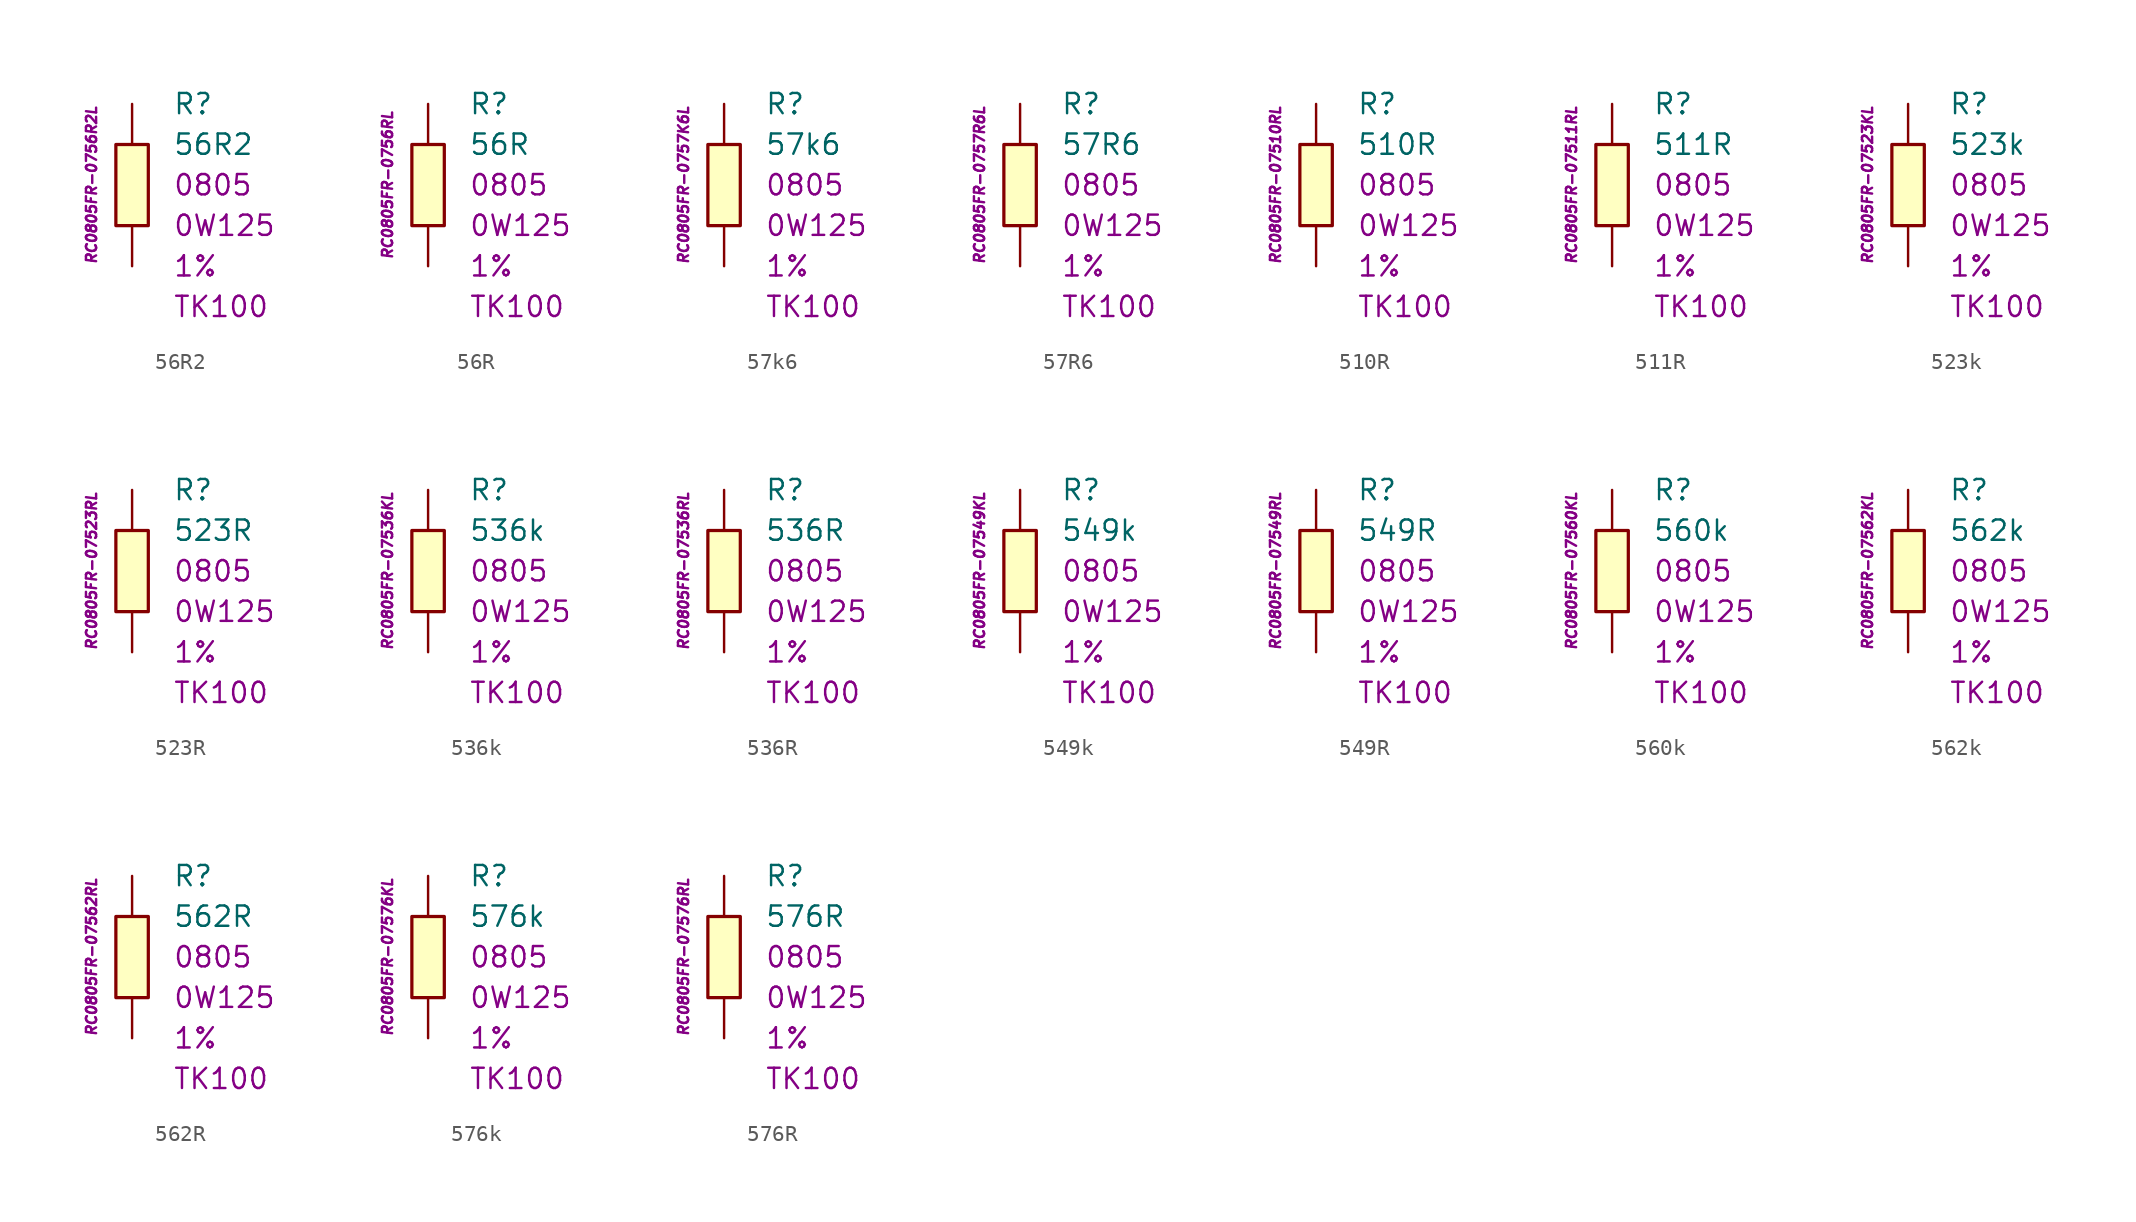
<source format=kicad_sym>
(kicad_symbol_lib
  (version 20201005)
  (generator kicad_symbol_editor)
  (symbol "56R2"
    (pin_numbers hide)
    (pin_names
      (offset 1.016) hide)
    (property "Reference" "R"
      (at 2.54 5.08 0)
      (effects (font (size 1.27 1.27)) (justify left)))
    (property "Value" "56R2"
      (at 2.54 2.54 0)
      (effects (font (size 1.27 1.27)) (justify left)))
    (property "Package" "0805"
      (at 2.54 0 0)
      (effects (font (size 1.27 1.27)) (justify left)))
    (property "Power" "0W125"
      (at 2.54 -2.54 0)
      (effects (font (size 1.27 1.27)) (justify left)))
    (property "Tolerance" "1%"
      (at 2.54 -5.08 0)
      (effects (font (size 1.27 1.27)) (justify left)))
    (property "TK" "TK100"
      (at 2.54 -7.62 0)
      (effects (font (size 1.27 1.27)) (justify left)))
    (property "ID" "RC0805FR-0756R2L"
      (at -2.54 0 90)
      (effects (font (size 0.635 0.635) italic)))
    (symbol "56R2_0_1"
      (rectangle (start -1.016 2.54) (end 1.016 -2.54) (stroke (width 0.203)) (fill (type background))))
    (symbol "56R2_1_1"
      (pin passive line (at 0 5.08 270) (length 2.54) (name "~" (effects (font (size 1.778 1.778)))) (number "1" (effects (font (size 1.778 1.778)))))
      (pin passive line (at 0 -5.08 90) (length 2.54) (name "~" (effects (font (size 1.778 1.778)))) (number "2" (effects (font (size 1.778 1.778)))))))
  (symbol "56R"
    (pin_numbers hide)
    (pin_names
      (offset 1.016) hide)
    (property "Reference" "R"
      (at 2.54 5.08 0)
      (effects (font (size 1.27 1.27)) (justify left)))
    (property "Value" "56R"
      (at 2.54 2.54 0)
      (effects (font (size 1.27 1.27)) (justify left)))
    (property "Package" "0805"
      (at 2.54 0 0)
      (effects (font (size 1.27 1.27)) (justify left)))
    (property "Power" "0W125"
      (at 2.54 -2.54 0)
      (effects (font (size 1.27 1.27)) (justify left)))
    (property "Tolerance" "1%"
      (at 2.54 -5.08 0)
      (effects (font (size 1.27 1.27)) (justify left)))
    (property "TK" "TK100"
      (at 2.54 -7.62 0)
      (effects (font (size 1.27 1.27)) (justify left)))
    (property "ID" "RC0805FR-0756RL"
      (at -2.54 0 90)
      (effects (font (size 0.635 0.635) italic)))
    (symbol "56R_0_1"
      (rectangle (start -1.016 2.54) (end 1.016 -2.54) (stroke (width 0.203)) (fill (type background))))
    (symbol "56R_1_1"
      (pin passive line (at 0 5.08 270) (length 2.54) (name "~" (effects (font (size 1.778 1.778)))) (number "1" (effects (font (size 1.778 1.778)))))
      (pin passive line (at 0 -5.08 90) (length 2.54) (name "~" (effects (font (size 1.778 1.778)))) (number "2" (effects (font (size 1.778 1.778)))))))
  (symbol "57k6"
    (pin_numbers hide)
    (pin_names
      (offset 1.016) hide)
    (property "Reference" "R"
      (at 2.54 5.08 0)
      (effects (font (size 1.27 1.27)) (justify left)))
    (property "Value" "57k6"
      (at 2.54 2.54 0)
      (effects (font (size 1.27 1.27)) (justify left)))
    (property "Package" "0805"
      (at 2.54 0 0)
      (effects (font (size 1.27 1.27)) (justify left)))
    (property "Power" "0W125"
      (at 2.54 -2.54 0)
      (effects (font (size 1.27 1.27)) (justify left)))
    (property "Tolerance" "1%"
      (at 2.54 -5.08 0)
      (effects (font (size 1.27 1.27)) (justify left)))
    (property "TK" "TK100"
      (at 2.54 -7.62 0)
      (effects (font (size 1.27 1.27)) (justify left)))
    (property "ID" "RC0805FR-0757K6L"
      (at -2.54 0 90)
      (effects (font (size 0.635 0.635) italic)))
    (symbol "57k6_0_1"
      (rectangle (start -1.016 2.54) (end 1.016 -2.54) (stroke (width 0.203)) (fill (type background))))
    (symbol "57k6_1_1"
      (pin passive line (at 0 5.08 270) (length 2.54) (name "~" (effects (font (size 1.778 1.778)))) (number "1" (effects (font (size 1.778 1.778)))))
      (pin passive line (at 0 -5.08 90) (length 2.54) (name "~" (effects (font (size 1.778 1.778)))) (number "2" (effects (font (size 1.778 1.778)))))))
  (symbol "57R6"
    (pin_numbers hide)
    (pin_names
      (offset 1.016) hide)
    (property "Reference" "R"
      (at 2.54 5.08 0)
      (effects (font (size 1.27 1.27)) (justify left)))
    (property "Value" "57R6"
      (at 2.54 2.54 0)
      (effects (font (size 1.27 1.27)) (justify left)))
    (property "Package" "0805"
      (at 2.54 0 0)
      (effects (font (size 1.27 1.27)) (justify left)))
    (property "Power" "0W125"
      (at 2.54 -2.54 0)
      (effects (font (size 1.27 1.27)) (justify left)))
    (property "Tolerance" "1%"
      (at 2.54 -5.08 0)
      (effects (font (size 1.27 1.27)) (justify left)))
    (property "TK" "TK100"
      (at 2.54 -7.62 0)
      (effects (font (size 1.27 1.27)) (justify left)))
    (property "ID" "RC0805FR-0757R6L"
      (at -2.54 0 90)
      (effects (font (size 0.635 0.635) italic)))
    (symbol "57R6_0_1"
      (rectangle (start -1.016 2.54) (end 1.016 -2.54) (stroke (width 0.203)) (fill (type background))))
    (symbol "57R6_1_1"
      (pin passive line (at 0 5.08 270) (length 2.54) (name "~" (effects (font (size 1.778 1.778)))) (number "1" (effects (font (size 1.778 1.778)))))
      (pin passive line (at 0 -5.08 90) (length 2.54) (name "~" (effects (font (size 1.778 1.778)))) (number "2" (effects (font (size 1.778 1.778)))))))
  (symbol "510R"
    (pin_numbers hide)
    (pin_names
      (offset 1.016) hide)
    (property "Reference" "R"
      (at 2.54 5.08 0)
      (effects (font (size 1.27 1.27)) (justify left)))
    (property "Value" "510R"
      (at 2.54 2.54 0)
      (effects (font (size 1.27 1.27)) (justify left)))
    (property "Package" "0805"
      (at 2.54 0 0)
      (effects (font (size 1.27 1.27)) (justify left)))
    (property "Power" "0W125"
      (at 2.54 -2.54 0)
      (effects (font (size 1.27 1.27)) (justify left)))
    (property "Tolerance" "1%"
      (at 2.54 -5.08 0)
      (effects (font (size 1.27 1.27)) (justify left)))
    (property "TK" "TK100"
      (at 2.54 -7.62 0)
      (effects (font (size 1.27 1.27)) (justify left)))
    (property "ID" "RC0805FR-07510RL"
      (at -2.54 0 90)
      (effects (font (size 0.635 0.635) italic)))
    (symbol "510R_0_1"
      (rectangle (start -1.016 2.54) (end 1.016 -2.54) (stroke (width 0.203)) (fill (type background))))
    (symbol "510R_1_1"
      (pin passive line (at 0 5.08 270) (length 2.54) (name "~" (effects (font (size 1.778 1.778)))) (number "1" (effects (font (size 1.778 1.778)))))
      (pin passive line (at 0 -5.08 90) (length 2.54) (name "~" (effects (font (size 1.778 1.778)))) (number "2" (effects (font (size 1.778 1.778)))))))
  (symbol "511R"
    (pin_numbers hide)
    (pin_names
      (offset 1.016) hide)
    (property "Reference" "R"
      (at 2.54 5.08 0)
      (effects (font (size 1.27 1.27)) (justify left)))
    (property "Value" "511R"
      (at 2.54 2.54 0)
      (effects (font (size 1.27 1.27)) (justify left)))
    (property "Package" "0805"
      (at 2.54 0 0)
      (effects (font (size 1.27 1.27)) (justify left)))
    (property "Power" "0W125"
      (at 2.54 -2.54 0)
      (effects (font (size 1.27 1.27)) (justify left)))
    (property "Tolerance" "1%"
      (at 2.54 -5.08 0)
      (effects (font (size 1.27 1.27)) (justify left)))
    (property "TK" "TK100"
      (at 2.54 -7.62 0)
      (effects (font (size 1.27 1.27)) (justify left)))
    (property "ID" "RC0805FR-07511RL"
      (at -2.54 0 90)
      (effects (font (size 0.635 0.635) italic)))
    (symbol "511R_0_1"
      (rectangle (start -1.016 2.54) (end 1.016 -2.54) (stroke (width 0.203)) (fill (type background))))
    (symbol "511R_1_1"
      (pin passive line (at 0 5.08 270) (length 2.54) (name "~" (effects (font (size 1.778 1.778)))) (number "1" (effects (font (size 1.778 1.778)))))
      (pin passive line (at 0 -5.08 90) (length 2.54) (name "~" (effects (font (size 1.778 1.778)))) (number "2" (effects (font (size 1.778 1.778)))))))
  (symbol "523k"
    (pin_numbers hide)
    (pin_names
      (offset 1.016) hide)
    (property "Reference" "R"
      (at 2.54 5.08 0)
      (effects (font (size 1.27 1.27)) (justify left)))
    (property "Value" "523k"
      (at 2.54 2.54 0)
      (effects (font (size 1.27 1.27)) (justify left)))
    (property "Package" "0805"
      (at 2.54 0 0)
      (effects (font (size 1.27 1.27)) (justify left)))
    (property "Power" "0W125"
      (at 2.54 -2.54 0)
      (effects (font (size 1.27 1.27)) (justify left)))
    (property "Tolerance" "1%"
      (at 2.54 -5.08 0)
      (effects (font (size 1.27 1.27)) (justify left)))
    (property "TK" "TK100"
      (at 2.54 -7.62 0)
      (effects (font (size 1.27 1.27)) (justify left)))
    (property "ID" "RC0805FR-07523KL"
      (at -2.54 0 90)
      (effects (font (size 0.635 0.635) italic)))
    (symbol "523k_0_1"
      (rectangle (start -1.016 2.54) (end 1.016 -2.54) (stroke (width 0.203)) (fill (type background))))
    (symbol "523k_1_1"
      (pin passive line (at 0 5.08 270) (length 2.54) (name "~" (effects (font (size 1.778 1.778)))) (number "1" (effects (font (size 1.778 1.778)))))
      (pin passive line (at 0 -5.08 90) (length 2.54) (name "~" (effects (font (size 1.778 1.778)))) (number "2" (effects (font (size 1.778 1.778)))))))
  (symbol "523R"
    (pin_numbers hide)
    (pin_names
      (offset 1.016) hide)
    (property "Reference" "R"
      (at 2.54 5.08 0)
      (effects (font (size 1.27 1.27)) (justify left)))
    (property "Value" "523R"
      (at 2.54 2.54 0)
      (effects (font (size 1.27 1.27)) (justify left)))
    (property "Package" "0805"
      (at 2.54 0 0)
      (effects (font (size 1.27 1.27)) (justify left)))
    (property "Power" "0W125"
      (at 2.54 -2.54 0)
      (effects (font (size 1.27 1.27)) (justify left)))
    (property "Tolerance" "1%"
      (at 2.54 -5.08 0)
      (effects (font (size 1.27 1.27)) (justify left)))
    (property "TK" "TK100"
      (at 2.54 -7.62 0)
      (effects (font (size 1.27 1.27)) (justify left)))
    (property "ID" "RC0805FR-07523RL"
      (at -2.54 0 90)
      (effects (font (size 0.635 0.635) italic)))
    (symbol "523R_0_1"
      (rectangle (start -1.016 2.54) (end 1.016 -2.54) (stroke (width 0.203)) (fill (type background))))
    (symbol "523R_1_1"
      (pin passive line (at 0 5.08 270) (length 2.54) (name "~" (effects (font (size 1.778 1.778)))) (number "1" (effects (font (size 1.778 1.778)))))
      (pin passive line (at 0 -5.08 90) (length 2.54) (name "~" (effects (font (size 1.778 1.778)))) (number "2" (effects (font (size 1.778 1.778)))))))
  (symbol "536k"
    (pin_numbers hide)
    (pin_names
      (offset 1.016) hide)
    (property "Reference" "R"
      (at 2.54 5.08 0)
      (effects (font (size 1.27 1.27)) (justify left)))
    (property "Value" "536k"
      (at 2.54 2.54 0)
      (effects (font (size 1.27 1.27)) (justify left)))
    (property "Package" "0805"
      (at 2.54 0 0)
      (effects (font (size 1.27 1.27)) (justify left)))
    (property "Power" "0W125"
      (at 2.54 -2.54 0)
      (effects (font (size 1.27 1.27)) (justify left)))
    (property "Tolerance" "1%"
      (at 2.54 -5.08 0)
      (effects (font (size 1.27 1.27)) (justify left)))
    (property "TK" "TK100"
      (at 2.54 -7.62 0)
      (effects (font (size 1.27 1.27)) (justify left)))
    (property "ID" "RC0805FR-07536KL"
      (at -2.54 0 90)
      (effects (font (size 0.635 0.635) italic)))
    (symbol "536k_0_1"
      (rectangle (start -1.016 2.54) (end 1.016 -2.54) (stroke (width 0.203)) (fill (type background))))
    (symbol "536k_1_1"
      (pin passive line (at 0 5.08 270) (length 2.54) (name "~" (effects (font (size 1.778 1.778)))) (number "1" (effects (font (size 1.778 1.778)))))
      (pin passive line (at 0 -5.08 90) (length 2.54) (name "~" (effects (font (size 1.778 1.778)))) (number "2" (effects (font (size 1.778 1.778)))))))
  (symbol "536R"
    (pin_numbers hide)
    (pin_names
      (offset 1.016) hide)
    (property "Reference" "R"
      (at 2.54 5.08 0)
      (effects (font (size 1.27 1.27)) (justify left)))
    (property "Value" "536R"
      (at 2.54 2.54 0)
      (effects (font (size 1.27 1.27)) (justify left)))
    (property "Package" "0805"
      (at 2.54 0 0)
      (effects (font (size 1.27 1.27)) (justify left)))
    (property "Power" "0W125"
      (at 2.54 -2.54 0)
      (effects (font (size 1.27 1.27)) (justify left)))
    (property "Tolerance" "1%"
      (at 2.54 -5.08 0)
      (effects (font (size 1.27 1.27)) (justify left)))
    (property "TK" "TK100"
      (at 2.54 -7.62 0)
      (effects (font (size 1.27 1.27)) (justify left)))
    (property "ID" "RC0805FR-07536RL"
      (at -2.54 0 90)
      (effects (font (size 0.635 0.635) italic)))
    (symbol "536R_0_1"
      (rectangle (start -1.016 2.54) (end 1.016 -2.54) (stroke (width 0.203)) (fill (type background))))
    (symbol "536R_1_1"
      (pin passive line (at 0 5.08 270) (length 2.54) (name "~" (effects (font (size 1.778 1.778)))) (number "1" (effects (font (size 1.778 1.778)))))
      (pin passive line (at 0 -5.08 90) (length 2.54) (name "~" (effects (font (size 1.778 1.778)))) (number "2" (effects (font (size 1.778 1.778)))))))
  (symbol "549k"
    (pin_numbers hide)
    (pin_names
      (offset 1.016) hide)
    (property "Reference" "R"
      (at 2.54 5.08 0)
      (effects (font (size 1.27 1.27)) (justify left)))
    (property "Value" "549k"
      (at 2.54 2.54 0)
      (effects (font (size 1.27 1.27)) (justify left)))
    (property "Package" "0805"
      (at 2.54 0 0)
      (effects (font (size 1.27 1.27)) (justify left)))
    (property "Power" "0W125"
      (at 2.54 -2.54 0)
      (effects (font (size 1.27 1.27)) (justify left)))
    (property "Tolerance" "1%"
      (at 2.54 -5.08 0)
      (effects (font (size 1.27 1.27)) (justify left)))
    (property "TK" "TK100"
      (at 2.54 -7.62 0)
      (effects (font (size 1.27 1.27)) (justify left)))
    (property "ID" "RC0805FR-07549KL"
      (at -2.54 0 90)
      (effects (font (size 0.635 0.635) italic)))
    (symbol "549k_0_1"
      (rectangle (start -1.016 2.54) (end 1.016 -2.54) (stroke (width 0.203)) (fill (type background))))
    (symbol "549k_1_1"
      (pin passive line (at 0 5.08 270) (length 2.54) (name "~" (effects (font (size 1.778 1.778)))) (number "1" (effects (font (size 1.778 1.778)))))
      (pin passive line (at 0 -5.08 90) (length 2.54) (name "~" (effects (font (size 1.778 1.778)))) (number "2" (effects (font (size 1.778 1.778)))))))
  (symbol "549R"
    (pin_numbers hide)
    (pin_names
      (offset 1.016) hide)
    (property "Reference" "R"
      (at 2.54 5.08 0)
      (effects (font (size 1.27 1.27)) (justify left)))
    (property "Value" "549R"
      (at 2.54 2.54 0)
      (effects (font (size 1.27 1.27)) (justify left)))
    (property "Package" "0805"
      (at 2.54 0 0)
      (effects (font (size 1.27 1.27)) (justify left)))
    (property "Power" "0W125"
      (at 2.54 -2.54 0)
      (effects (font (size 1.27 1.27)) (justify left)))
    (property "Tolerance" "1%"
      (at 2.54 -5.08 0)
      (effects (font (size 1.27 1.27)) (justify left)))
    (property "TK" "TK100"
      (at 2.54 -7.62 0)
      (effects (font (size 1.27 1.27)) (justify left)))
    (property "ID" "RC0805FR-07549RL"
      (at -2.54 0 90)
      (effects (font (size 0.635 0.635) italic)))
    (symbol "549R_0_1"
      (rectangle (start -1.016 2.54) (end 1.016 -2.54) (stroke (width 0.203)) (fill (type background))))
    (symbol "549R_1_1"
      (pin passive line (at 0 5.08 270) (length 2.54) (name "~" (effects (font (size 1.778 1.778)))) (number "1" (effects (font (size 1.778 1.778)))))
      (pin passive line (at 0 -5.08 90) (length 2.54) (name "~" (effects (font (size 1.778 1.778)))) (number "2" (effects (font (size 1.778 1.778)))))))
  (symbol "560k"
    (pin_numbers hide)
    (pin_names
      (offset 1.016) hide)
    (property "Reference" "R"
      (at 2.54 5.08 0)
      (effects (font (size 1.27 1.27)) (justify left)))
    (property "Value" "560k"
      (at 2.54 2.54 0)
      (effects (font (size 1.27 1.27)) (justify left)))
    (property "Package" "0805"
      (at 2.54 0 0)
      (effects (font (size 1.27 1.27)) (justify left)))
    (property "Power" "0W125"
      (at 2.54 -2.54 0)
      (effects (font (size 1.27 1.27)) (justify left)))
    (property "Tolerance" "1%"
      (at 2.54 -5.08 0)
      (effects (font (size 1.27 1.27)) (justify left)))
    (property "TK" "TK100"
      (at 2.54 -7.62 0)
      (effects (font (size 1.27 1.27)) (justify left)))
    (property "ID" "RC0805FR-07560KL"
      (at -2.54 0 90)
      (effects (font (size 0.635 0.635) italic)))
    (symbol "560k_0_1"
      (rectangle (start -1.016 2.54) (end 1.016 -2.54) (stroke (width 0.203)) (fill (type background))))
    (symbol "560k_1_1"
      (pin passive line (at 0 5.08 270) (length 2.54) (name "~" (effects (font (size 1.778 1.778)))) (number "1" (effects (font (size 1.778 1.778)))))
      (pin passive line (at 0 -5.08 90) (length 2.54) (name "~" (effects (font (size 1.778 1.778)))) (number "2" (effects (font (size 1.778 1.778)))))))
  (symbol "562k"
    (pin_numbers hide)
    (pin_names
      (offset 1.016) hide)
    (property "Reference" "R"
      (at 2.54 5.08 0)
      (effects (font (size 1.27 1.27)) (justify left)))
    (property "Value" "562k"
      (at 2.54 2.54 0)
      (effects (font (size 1.27 1.27)) (justify left)))
    (property "Package" "0805"
      (at 2.54 0 0)
      (effects (font (size 1.27 1.27)) (justify left)))
    (property "Power" "0W125"
      (at 2.54 -2.54 0)
      (effects (font (size 1.27 1.27)) (justify left)))
    (property "Tolerance" "1%"
      (at 2.54 -5.08 0)
      (effects (font (size 1.27 1.27)) (justify left)))
    (property "TK" "TK100"
      (at 2.54 -7.62 0)
      (effects (font (size 1.27 1.27)) (justify left)))
    (property "ID" "RC0805FR-07562KL"
      (at -2.54 0 90)
      (effects (font (size 0.635 0.635) italic)))
    (symbol "562k_0_1"
      (rectangle (start -1.016 2.54) (end 1.016 -2.54) (stroke (width 0.203)) (fill (type background))))
    (symbol "562k_1_1"
      (pin passive line (at 0 5.08 270) (length 2.54) (name "~" (effects (font (size 1.778 1.778)))) (number "1" (effects (font (size 1.778 1.778)))))
      (pin passive line (at 0 -5.08 90) (length 2.54) (name "~" (effects (font (size 1.778 1.778)))) (number "2" (effects (font (size 1.778 1.778)))))))
  (symbol "562R"
    (pin_numbers hide)
    (pin_names
      (offset 1.016) hide)
    (property "Reference" "R"
      (at 2.54 5.08 0)
      (effects (font (size 1.27 1.27)) (justify left)))
    (property "Value" "562R"
      (at 2.54 2.54 0)
      (effects (font (size 1.27 1.27)) (justify left)))
    (property "Package" "0805"
      (at 2.54 0 0)
      (effects (font (size 1.27 1.27)) (justify left)))
    (property "Power" "0W125"
      (at 2.54 -2.54 0)
      (effects (font (size 1.27 1.27)) (justify left)))
    (property "Tolerance" "1%"
      (at 2.54 -5.08 0)
      (effects (font (size 1.27 1.27)) (justify left)))
    (property "TK" "TK100"
      (at 2.54 -7.62 0)
      (effects (font (size 1.27 1.27)) (justify left)))
    (property "ID" "RC0805FR-07562RL"
      (at -2.54 0 90)
      (effects (font (size 0.635 0.635) italic)))
    (symbol "562R_0_1"
      (rectangle (start -1.016 2.54) (end 1.016 -2.54) (stroke (width 0.203)) (fill (type background))))
    (symbol "562R_1_1"
      (pin passive line (at 0 5.08 270) (length 2.54) (name "~" (effects (font (size 1.778 1.778)))) (number "1" (effects (font (size 1.778 1.778)))))
      (pin passive line (at 0 -5.08 90) (length 2.54) (name "~" (effects (font (size 1.778 1.778)))) (number "2" (effects (font (size 1.778 1.778)))))))
  (symbol "576k"
    (pin_numbers hide)
    (pin_names
      (offset 1.016) hide)
    (property "Reference" "R"
      (at 2.54 5.08 0)
      (effects (font (size 1.27 1.27)) (justify left)))
    (property "Value" "576k"
      (at 2.54 2.54 0)
      (effects (font (size 1.27 1.27)) (justify left)))
    (property "Package" "0805"
      (at 2.54 0 0)
      (effects (font (size 1.27 1.27)) (justify left)))
    (property "Power" "0W125"
      (at 2.54 -2.54 0)
      (effects (font (size 1.27 1.27)) (justify left)))
    (property "Tolerance" "1%"
      (at 2.54 -5.08 0)
      (effects (font (size 1.27 1.27)) (justify left)))
    (property "TK" "TK100"
      (at 2.54 -7.62 0)
      (effects (font (size 1.27 1.27)) (justify left)))
    (property "ID" "RC0805FR-07576KL"
      (at -2.54 0 90)
      (effects (font (size 0.635 0.635) italic)))
    (symbol "576k_0_1"
      (rectangle (start -1.016 2.54) (end 1.016 -2.54) (stroke (width 0.203)) (fill (type background))))
    (symbol "576k_1_1"
      (pin passive line (at 0 5.08 270) (length 2.54) (name "~" (effects (font (size 1.778 1.778)))) (number "1" (effects (font (size 1.778 1.778)))))
      (pin passive line (at 0 -5.08 90) (length 2.54) (name "~" (effects (font (size 1.778 1.778)))) (number "2" (effects (font (size 1.778 1.778)))))))
  (symbol "576R"
    (pin_numbers hide)
    (pin_names
      (offset 1.016) hide)
    (property "Reference" "R"
      (at 2.54 5.08 0)
      (effects (font (size 1.27 1.27)) (justify left)))
    (property "Value" "576R"
      (at 2.54 2.54 0)
      (effects (font (size 1.27 1.27)) (justify left)))
    (property "Package" "0805"
      (at 2.54 0 0)
      (effects (font (size 1.27 1.27)) (justify left)))
    (property "Power" "0W125"
      (at 2.54 -2.54 0)
      (effects (font (size 1.27 1.27)) (justify left)))
    (property "Tolerance" "1%"
      (at 2.54 -5.08 0)
      (effects (font (size 1.27 1.27)) (justify left)))
    (property "TK" "TK100"
      (at 2.54 -7.62 0)
      (effects (font (size 1.27 1.27)) (justify left)))
    (property "ID" "RC0805FR-07576RL"
      (at -2.54 0 90)
      (effects (font (size 0.635 0.635) italic)))
    (symbol "576R_0_1"
      (rectangle (start -1.016 2.54) (end 1.016 -2.54) (stroke (width 0.203)) (fill (type background))))
    (symbol "576R_1_1"
      (pin passive line (at 0 5.08 270) (length 2.54) (name "~" (effects (font (size 1.778 1.778)))) (number "1" (effects (font (size 1.778 1.778)))))
      (pin passive line (at 0 -5.08 90) (length 2.54) (name "~" (effects (font (size 1.778 1.778)))) (number "2" (effects (font (size 1.778 1.778))))))))
</source>
